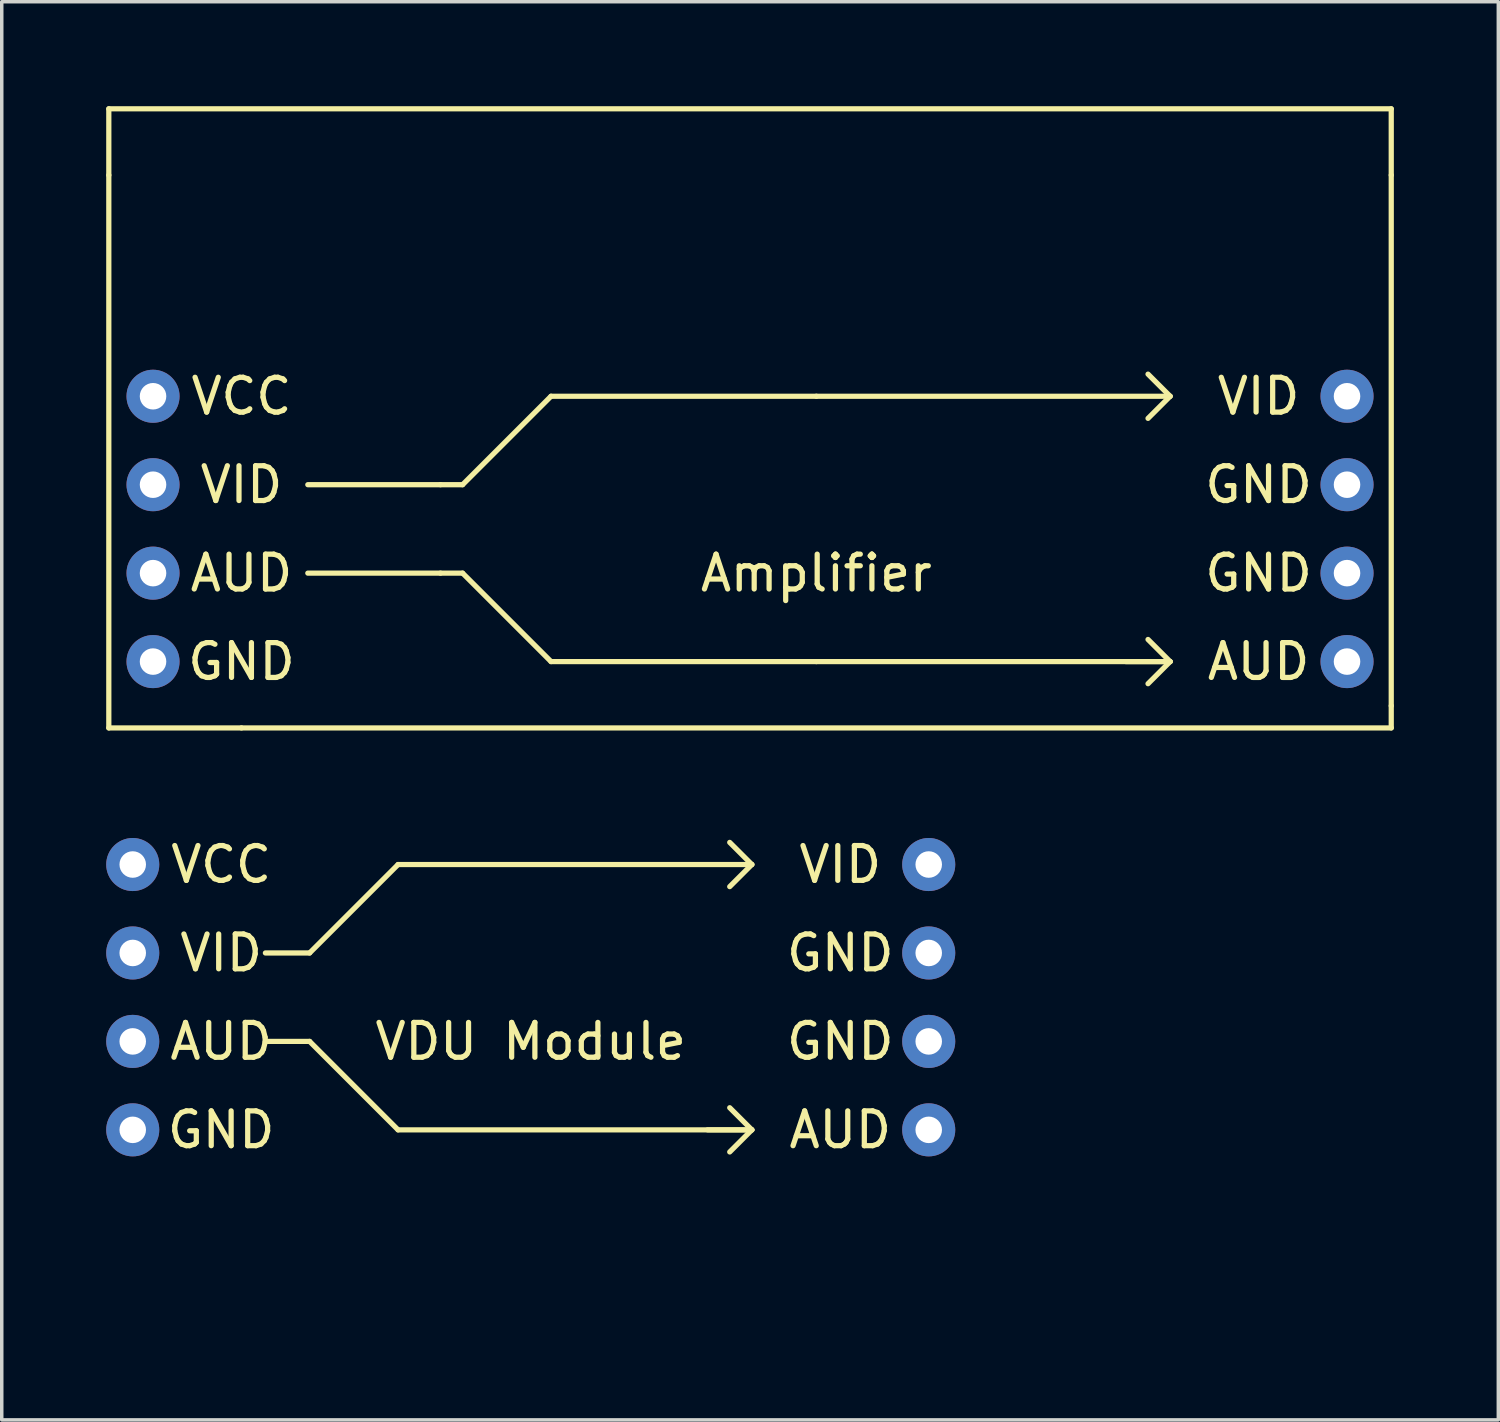
<source format=kicad_pcb>
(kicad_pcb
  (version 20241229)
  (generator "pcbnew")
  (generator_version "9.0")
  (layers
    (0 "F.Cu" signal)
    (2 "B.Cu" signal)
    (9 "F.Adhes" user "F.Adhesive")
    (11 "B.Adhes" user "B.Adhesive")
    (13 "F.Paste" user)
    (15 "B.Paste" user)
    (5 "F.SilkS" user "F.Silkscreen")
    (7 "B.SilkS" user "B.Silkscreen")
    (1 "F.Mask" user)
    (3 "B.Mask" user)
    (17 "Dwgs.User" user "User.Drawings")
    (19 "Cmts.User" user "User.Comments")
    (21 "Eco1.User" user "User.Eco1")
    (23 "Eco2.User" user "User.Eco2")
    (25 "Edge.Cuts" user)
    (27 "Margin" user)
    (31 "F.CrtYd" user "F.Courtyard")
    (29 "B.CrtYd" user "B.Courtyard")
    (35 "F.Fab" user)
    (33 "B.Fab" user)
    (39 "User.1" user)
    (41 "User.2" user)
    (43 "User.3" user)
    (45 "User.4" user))
  (footprint "VDU Module"
    (layer "F.Cu")
    (at 19.812 34.478)
    (property "Reference" "VDU Module" (at -7.62 -7.62 0) (layer "F.SilkS") (effects (font (size 1 1) (thickness 0.15))))
    (attr through_hole)
    (fp_line (start -15.24 -7.62) (end -13.97 -7.62) (stroke (width 0.15) (type solid)) (layer "F.SilkS"))
    (fp_line (start -13.97 -10.16) (end -15.24 -10.16) (stroke (width 0.15) (type solid)) (layer "F.SilkS"))
    (fp_line (start -13.97 -7.62) (end -11.43 -5.08) (stroke (width 0.15) (type solid)) (layer "F.SilkS"))
    (fp_line (start -11.43 -12.7) (end -13.97 -10.16) (stroke (width 0.15) (type solid)) (layer "F.SilkS"))
    (fp_line (start -11.43 -5.08) (end -1.27 -5.08) (stroke (width 0.15) (type solid)) (layer "F.SilkS"))
    (fp_line (start -1.27 -12.7) (end -11.43 -12.7) (stroke (width 0.15) (type solid)) (layer "F.SilkS"))
    (fp_line (start -1.27 -12.7) (end -1.905 -13.335) (stroke (width 0.15) (type solid)) (layer "F.SilkS"))
    (fp_line (start -1.27 -12.7) (end -1.905 -12.065) (stroke (width 0.15) (type solid)) (layer "F.SilkS"))
    (fp_line (start -1.27 -5.08) (end -2.54 -5.08) (stroke (width 0.15) (type solid)) (layer "F.SilkS"))
    (fp_line (start -1.27 -5.08) (end -1.905 -5.715) (stroke (width 0.15) (type solid)) (layer "F.SilkS"))
    (fp_line (start -1.27 -5.08) (end -1.905 -4.445) (stroke (width 0.15) (type solid)) (layer "F.SilkS"))
    (fp_text user "AUD" (at -16.51 -7.62 0) (layer "F.SilkS") (effects (font (size 1 1) (thickness 0.15))))
    (fp_text user "GND" (at 1.27 -10.16 0) (layer "F.SilkS") (effects (font (size 1 1) (thickness 0.15))))
    (fp_text user "VID" (at -16.51 -10.16 0) (layer "F.SilkS") (effects (font (size 1 1) (thickness 0.15))))
    (fp_text user "GND" (at 1.27 -7.62 0) (layer "F.SilkS") (effects (font (size 1 1) (thickness 0.15))))
    (fp_text user "AUD" (at 1.27 -5.08 0) (layer "F.SilkS") (effects (font (size 1 1) (thickness 0.15))))
    (fp_text user "VCC" (at -16.51 -12.7 0) (layer "F.SilkS") (effects (font (size 1 1) (thickness 0.15))))
    (fp_text user "GND" (at -16.51 -5.08 0) (layer "F.SilkS") (effects (font (size 1 1) (thickness 0.15))))
    (fp_text user "VID" (at 1.27 -12.7 0) (layer "F.SilkS") (effects (font (size 1 1) (thickness 0.15))))
    (pad "1" thru_hole circle (at -19.05 -12.7) (size 1.524 1.524) (drill 0.762) (layers "*.Cu" "*.Mask"))
    (pad "2" thru_hole circle (at -19.05 -10.16) (size 1.524 1.524) (drill 0.762) (layers "*.Cu" "*.Mask"))
    (pad "2" thru_hole circle (at -19.05 -5.08) (size 1.524 1.524) (drill 0.762) (layers "*.Cu" "*.Mask"))
    (pad "2" thru_hole circle (at 3.81 -10.16) (size 1.524 1.524) (drill 0.762) (layers "*.Cu" "*.Mask"))
    (pad "2" thru_hole circle (at 3.81 -7.62) (size 1.524 1.524) (drill 0.762) (layers "*.Cu" "*.Mask"))
    (pad "3" thru_hole circle (at 3.81 -12.7) (size 1.524 1.524) (drill 0.762) (layers "*.Cu" "*.Mask"))
    (pad "4" thru_hole circle (at -19.05 -7.62) (size 1.524 1.524) (drill 0.762) (layers "*.Cu" "*.Mask"))
    (pad "5" thru_hole circle (at 3.81 -5.08) (size 1.524 1.524) (drill 0.762) (layers "*.Cu" "*.Mask")))
  (footprint "Amplifier"
    (layer "F.Cu")
    (at 20.395 12.14)
    (property "Reference" "Amplifier" (at 0 1.27 0) (layer "F.SilkS") (effects (font (size 1 1) (thickness 0.15))))
    (attr through_hole)
    (fp_line (start -20.32 -12.065) (end -20.32 -10.16) (stroke (width 0.15) (type solid)) (layer "F.SilkS"))
    (fp_line (start -20.32 5.715) (end -20.32 -10.16) (stroke (width 0.15) (type solid)) (layer "F.SilkS"))
    (fp_line (start -16.51 5.715) (end -20.32 5.715) (stroke (width 0.15) (type solid)) (layer "F.SilkS"))
    (fp_line (start -16.51 5.715) (end 16.51 5.715) (stroke (width 0.15) (type solid)) (layer "F.SilkS"))
    (fp_line (start -14.605 1.27) (end -10.795 1.27) (stroke (width 0.15) (type solid)) (layer "F.SilkS"))
    (fp_line (start -10.795 -1.27) (end -14.605 -1.27) (stroke (width 0.15) (type solid)) (layer "F.SilkS"))
    (fp_line (start -10.795 1.27) (end -10.16 1.27) (stroke (width 0.15) (type solid)) (layer "F.SilkS"))
    (fp_line (start -10.16 -1.27) (end -10.795 -1.27) (stroke (width 0.15) (type solid)) (layer "F.SilkS"))
    (fp_line (start -10.16 -1.27) (end -7.62 -3.81) (stroke (width 0.15) (type solid)) (layer "F.SilkS"))
    (fp_line (start -10.16 1.27) (end -7.62 3.81) (stroke (width 0.15) (type solid)) (layer "F.SilkS"))
    (fp_line (start -7.62 -3.81) (end 0 -3.81) (stroke (width 0.15) (type solid)) (layer "F.SilkS"))
    (fp_line (start -7.62 3.81) (end 0 3.81) (stroke (width 0.15) (type solid)) (layer "F.SilkS"))
    (fp_line (start 0 3.81) (end 10.16 3.81) (stroke (width 0.15) (type solid)) (layer "F.SilkS"))
    (fp_line (start 10.16 -3.81) (end 0 -3.81) (stroke (width 0.15) (type solid)) (layer "F.SilkS"))
    (fp_line (start 10.16 -3.81) (end 9.525 -4.445) (stroke (width 0.15) (type solid)) (layer "F.SilkS"))
    (fp_line (start 10.16 -3.81) (end 9.525 -3.175) (stroke (width 0.15) (type solid)) (layer "F.SilkS"))
    (fp_line (start 10.16 3.81) (end 8.89 3.81) (stroke (width 0.15) (type solid)) (layer "F.SilkS"))
    (fp_line (start 10.16 3.81) (end 9.525 3.175) (stroke (width 0.15) (type solid)) (layer "F.SilkS"))
    (fp_line (start 10.16 3.81) (end 9.525 4.445) (stroke (width 0.15) (type solid)) (layer "F.SilkS"))
    (fp_line (start 16.51 -12.065) (end -20.32 -12.065) (stroke (width 0.15) (type solid)) (layer "F.SilkS"))
    (fp_line (start 16.51 -10.16) (end 16.51 -12.065) (stroke (width 0.15) (type solid)) (layer "F.SilkS"))
    (fp_line (start 16.51 5.08) (end 16.51 -10.16) (stroke (width 0.15) (type solid)) (layer "F.SilkS"))
    (fp_line (start 16.51 5.715) (end 16.51 5.08) (stroke (width 0.15) (type solid)) (layer "F.SilkS"))
    (fp_text user "GND" (at 12.7 -1.27 0) (layer "F.SilkS") (effects (font (size 1 1) (thickness 0.15))))
    (fp_text user "AUD" (at -16.51 1.27 0) (layer "F.SilkS") (effects (font (size 1 1) (thickness 0.15))))
    (fp_text user "VCC" (at -16.51 -3.81 0) (layer "F.SilkS") (effects (font (size 1 1) (thickness 0.15))))
    (fp_text user "VID" (at 12.7 -3.81 0) (layer "F.SilkS") (effects (font (size 1 1) (thickness 0.15))))
    (fp_text user "GND" (at -16.51 3.81 0) (layer "F.SilkS") (effects (font (size 1 1) (thickness 0.15))))
    (fp_text user "GND" (at 12.7 1.27 0) (layer "F.SilkS") (effects (font (size 1 1) (thickness 0.15))))
    (fp_text user "AUD" (at 12.7 3.81 0) (layer "F.SilkS") (effects (font (size 1 1) (thickness 0.15))))
    (fp_text user "VID" (at -16.51 -1.27 0) (layer "F.SilkS") (effects (font (size 1 1) (thickness 0.15))))
    (pad "1" thru_hole circle (at -19.05 -3.81) (size 1.524 1.524) (drill 0.762) (layers "*.Cu" "*.Mask"))
    (pad "2" thru_hole circle (at -19.05 -1.27) (size 1.524 1.524) (drill 0.762) (layers "*.Cu" "*.Mask"))
    (pad "3" thru_hole circle (at 15.24 -3.81) (size 1.524 1.524) (drill 0.762) (layers "*.Cu" "*.Mask"))
    (pad "4" thru_hole circle (at -19.05 1.27) (size 1.524 1.524) (drill 0.762) (layers "*.Cu" "*.Mask"))
    (pad "5" thru_hole circle (at 15.24 3.81) (size 1.524 1.524) (drill 0.762) (layers "*.Cu" "*.Mask"))
    (pad "6" thru_hole circle (at -19.05 3.81) (size 1.524 1.524) (drill 0.762) (layers "*.Cu" "*.Mask"))
    (pad "6" thru_hole circle (at 15.24 -1.27) (size 1.524 1.524) (drill 0.762) (layers "*.Cu" "*.Mask"))
    (pad "6" thru_hole circle (at 15.24 1.27) (size 1.524 1.524) (drill 0.762) (layers "*.Cu" "*.Mask")))
  (gr_rect
    (start -3 -3)
    (end 39.98 37.728)
    (stroke (width 0.1) (type default))
    (fill no)
    (layer "Edge.Cuts")))
</source>
